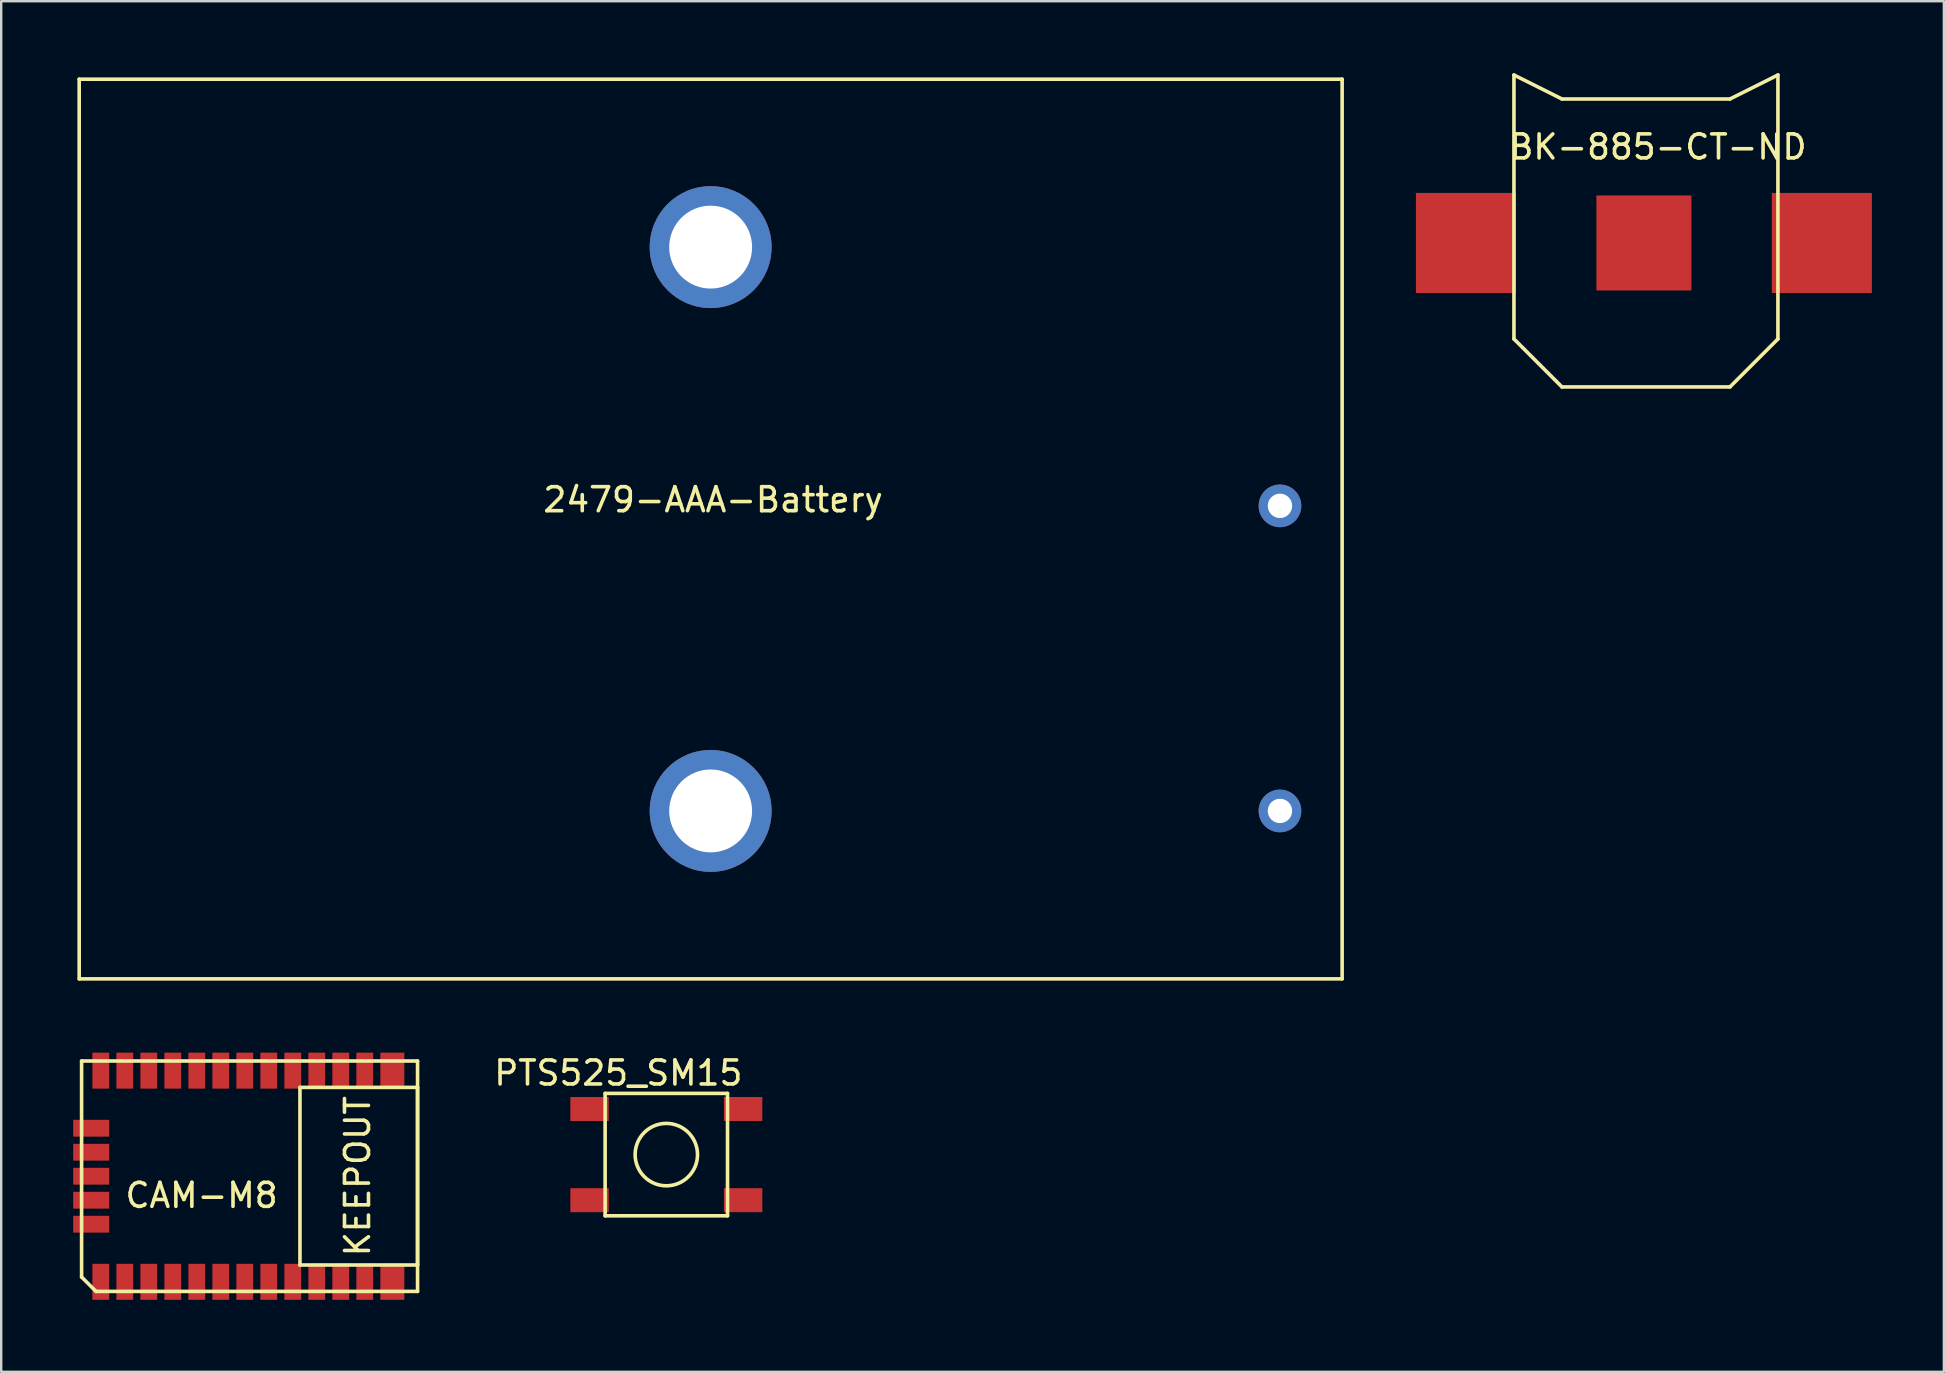
<source format=kicad_pcb>
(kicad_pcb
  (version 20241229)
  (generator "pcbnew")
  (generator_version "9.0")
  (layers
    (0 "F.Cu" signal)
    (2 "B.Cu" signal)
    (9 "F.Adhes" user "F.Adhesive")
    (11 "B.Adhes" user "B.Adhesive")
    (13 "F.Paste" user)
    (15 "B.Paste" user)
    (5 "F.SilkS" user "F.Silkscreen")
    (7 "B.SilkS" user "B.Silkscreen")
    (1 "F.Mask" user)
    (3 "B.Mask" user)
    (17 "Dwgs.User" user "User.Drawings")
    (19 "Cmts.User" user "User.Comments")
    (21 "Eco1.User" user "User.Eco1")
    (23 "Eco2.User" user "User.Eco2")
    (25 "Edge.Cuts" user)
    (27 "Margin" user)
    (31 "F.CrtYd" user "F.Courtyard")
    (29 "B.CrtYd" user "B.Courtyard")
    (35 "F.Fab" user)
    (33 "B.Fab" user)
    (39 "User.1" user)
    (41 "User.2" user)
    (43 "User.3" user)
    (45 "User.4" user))
  (footprint "BK-885-CT-ND"
    (layer "F.Cu")
    (at 58.039 7.075)
    (property "Reference" "BK-885-CT-ND" (at 8 -4 0) (layer "F.SilkS") (effects (font (size 1 1) (thickness 0.15))))
    (attr through_hole)
    (fp_line (start 2 -7) (end 4 -6) (stroke (width 0.15) (type solid)) (layer "F.SilkS"))
    (fp_line (start 2 4) (end 2 -7) (stroke (width 0.15) (type solid)) (layer "F.SilkS"))
    (fp_line (start 4 -6) (end 11 -6) (stroke (width 0.15) (type solid)) (layer "F.SilkS"))
    (fp_line (start 4 6) (end 2 4) (stroke (width 0.15) (type solid)) (layer "F.SilkS"))
    (fp_line (start 11 -6) (end 13 -7) (stroke (width 0.15) (type solid)) (layer "F.SilkS"))
    (fp_line (start 11 6) (end 4 6) (stroke (width 0.15) (type solid)) (layer "F.SilkS"))
    (fp_line (start 13 -7) (end 13 4) (stroke (width 0.15) (type solid)) (layer "F.SilkS"))
    (fp_line (start 13 4) (end 11 6) (stroke (width 0.15) (type solid)) (layer "F.SilkS"))
    (pad "1" smd rect (at 0 0) (size 4.17 4.17) (layers "F.Cu" "F.Mask" "F.Paste"))
    (pad "1" smd rect (at 14.83 0) (size 4.17 4.17) (layers "F.Cu" "F.Mask" "F.Paste"))
    (pad "2" smd rect (at 7.415 0) (size 3.96 3.96) (layers "F.Cu" "F.Mask" "F.Paste")))
  (footprint "2479-AAA-Battery"
    (layer "F.Cu")
    (at 0.25 0.25)
    (property "Reference" "2479-AAA-Battery" (at 26.416 17.526 0) (layer "F.SilkS") (effects (font (size 1 1) (thickness 0.15))))
    (attr through_hole)
    (fp_line (start 0 0) (end 52.629 0) (stroke (width 0.15) (type solid)) (layer "F.SilkS"))
    (fp_line (start 0 37.49) (end 0 0) (stroke (width 0.15) (type solid)) (layer "F.SilkS"))
    (fp_line (start 52.629 0) (end 52.629 37.49) (stroke (width 0.15) (type solid)) (layer "F.SilkS"))
    (fp_line (start 52.629 37.49) (end 0 37.49) (stroke (width 0.15) (type solid)) (layer "F.SilkS"))
    (pad "" thru_hole circle (at 26.314 6.998) (size 5.08 5.08) (drill 3.454) (layers "*.Cu" "*.Mask"))
    (pad "" thru_hole circle (at 26.314 30.493) (size 5.08 5.08) (drill 3.454) (layers "*.Cu" "*.Mask"))
    (pad "1" thru_hole circle (at 50.038 30.493) (size 1.778 1.778) (drill 1.016) (layers "*.Cu" "*.Mask"))
    (pad "2" thru_hole circle (at 50.038 17.78) (size 1.778 1.778) (drill 1.016) (layers "*.Cu" "*.Mask")))
  (footprint "PTS525_SM15"
    (layer "F.Cu")
    (at 24.717 45.064)
    (property "Reference" "PTS525_SM15" (at -2 -3.4 0) (layer "F.SilkS") (effects (font (size 1 1) (thickness 0.15))))
    (attr through_hole)
    (fp_line (start -2.55 -2.55) (end 2.55 -2.55) (stroke (width 0.15) (type solid)) (layer "F.SilkS"))
    (fp_line (start -2.55 2.55) (end -2.55 -2.55) (stroke (width 0.15) (type solid)) (layer "F.SilkS"))
    (fp_line (start 2.55 -2.55) (end 2.55 2.55) (stroke (width 0.15) (type solid)) (layer "F.SilkS"))
    (fp_line (start 2.55 2.55) (end -2.55 2.55) (stroke (width 0.15) (type solid)) (layer "F.SilkS"))
    (fp_circle (center 0 0) (end 1.3 0) (stroke (width 0.15) (type solid)) (fill no) (layer "F.SilkS"))
    (pad "1" smd rect (at -3.2 1.9) (size 1.6 1) (layers "F.Cu" "F.Mask" "F.Paste"))
    (pad "2" smd rect (at -3.2 -1.9) (size 1.6 1) (layers "F.Cu" "F.Mask" "F.Paste"))
    (pad "3" smd rect (at 3.2 1.9) (size 1.6 1) (layers "F.Cu" "F.Mask" "F.Paste"))
    (pad "4" smd rect (at 3.2 -1.9) (size 1.6 1) (layers "F.Cu" "F.Mask" "F.Paste")))
  (footprint "CAM-M8"
    (layer "F.Cu")
    (at 0.35 41.165)
    (property "Reference" "CAM-M8" (at 5 5.6 0) (layer "F.SilkS") (effects (font (size 1 1) (thickness 0.15))))
    (attr through_hole)
    (fp_line (start 0 0) (end 14 0) (stroke (width 0.15) (type solid)) (layer "F.SilkS"))
    (fp_line (start 0 9) (end 0 0) (stroke (width 0.15) (type solid)) (layer "F.SilkS"))
    (fp_line (start 0.6 9.6) (end 0 9) (stroke (width 0.15) (type solid)) (layer "F.SilkS"))
    (fp_line (start 0.6 9.6) (end 14 9.6) (stroke (width 0.15) (type solid)) (layer "F.SilkS"))
    (fp_line (start 9.1 1.1) (end 14 1.1) (stroke (width 0.15) (type solid)) (layer "F.SilkS"))
    (fp_line (start 9.1 8.5) (end 9.1 1.1) (stroke (width 0.15) (type solid)) (layer "F.SilkS"))
    (fp_line (start 14 0) (end 14 9.6) (stroke (width 0.15) (type solid)) (layer "F.SilkS"))
    (fp_line (start 14 1.1) (end 14 8.5) (stroke (width 0.15) (type solid)) (layer "F.SilkS"))
    (fp_line (start 14 8.5) (end 9.1 8.5) (stroke (width 0.15) (type solid)) (layer "F.SilkS"))
    (fp_text user "KEEPOUT" (at 11.5 4.8 90) (layer "F.SilkS") (effects (font (size 1 1) (thickness 0.15))))
    (pad "1" smd rect (at 0.8 9.2) (size 0.7 1.5) (layers "F.Cu" "F.Mask" "F.Paste"))
    (pad "2" smd rect (at 1.8 9.2) (size 0.7 1.5) (layers "F.Cu" "F.Mask" "F.Paste"))
    (pad "3" smd rect (at 2.8 9.2) (size 0.7 1.5) (layers "F.Cu" "F.Mask" "F.Paste"))
    (pad "4" smd rect (at 3.8 9.2) (size 0.7 1.5) (layers "F.Cu" "F.Mask" "F.Paste"))
    (pad "5" smd rect (at 4.8 9.2) (size 0.7 1.5) (layers "F.Cu" "F.Mask" "F.Paste"))
    (pad "6" smd rect (at 5.8 9.2) (size 0.7 1.5) (layers "F.Cu" "F.Mask" "F.Paste"))
    (pad "7" smd rect (at 6.8 9.2) (size 0.7 1.5) (layers "F.Cu" "F.Mask" "F.Paste"))
    (pad "8" smd rect (at 7.8 9.2) (size 0.7 1.5) (layers "F.Cu" "F.Mask" "F.Paste"))
    (pad "9" smd rect (at 8.8 9.2) (size 0.7 1.5) (layers "F.Cu" "F.Mask" "F.Paste"))
    (pad "10" smd rect (at 9.8 9.2) (size 0.7 1.5) (layers "F.Cu" "F.Mask" "F.Paste"))
    (pad "11" smd rect (at 10.8 9.2) (size 0.7 1.5) (layers "F.Cu" "F.Mask" "F.Paste"))
    (pad "12" smd rect (at 11.8 9.2) (size 0.7 1.5) (layers "F.Cu" "F.Mask" "F.Paste"))
    (pad "13" smd rect (at 12.95 9.2) (size 1 1.5) (layers "F.Cu" "F.Mask" "F.Paste"))
    (pad "14" smd rect (at 12.95 0.4) (size 1 1.5) (layers "F.Cu" "F.Mask" "F.Paste"))
    (pad "15" smd rect (at 11.8 0.4) (size 0.7 1.5) (layers "F.Cu" "F.Mask" "F.Paste"))
    (pad "16" smd rect (at 10.8 0.4) (size 0.7 1.5) (layers "F.Cu" "F.Mask" "F.Paste"))
    (pad "17" smd rect (at 9.8 0.4) (size 0.7 1.5) (layers "F.Cu" "F.Mask" "F.Paste"))
    (pad "18" smd rect (at 8.8 0.4) (size 0.7 1.5) (layers "F.Cu" "F.Mask" "F.Paste"))
    (pad "19" smd rect (at 7.8 0.4) (size 0.7 1.5) (layers "F.Cu" "F.Mask" "F.Paste"))
    (pad "20" smd rect (at 6.8 0.4) (size 0.7 1.5) (layers "F.Cu" "F.Mask" "F.Paste"))
    (pad "21" smd rect (at 5.8 0.4) (size 0.7 1.5) (layers "F.Cu" "F.Mask" "F.Paste"))
    (pad "22" smd rect (at 4.8 0.4) (size 0.7 1.5) (layers "F.Cu" "F.Mask" "F.Paste"))
    (pad "23" smd rect (at 3.8 0.4) (size 0.7 1.5) (layers "F.Cu" "F.Mask" "F.Paste"))
    (pad "24" smd rect (at 2.8 0.4) (size 0.7 1.5) (layers "F.Cu" "F.Mask" "F.Paste"))
    (pad "25" smd rect (at 1.8 0.4) (size 0.7 1.5) (layers "F.Cu" "F.Mask" "F.Paste"))
    (pad "26" smd rect (at 0.8 0.4) (size 0.7 1.5) (layers "F.Cu" "F.Mask" "F.Paste"))
    (pad "27" smd rect (at 0.4 2.8 90) (size 0.7 1.5) (layers "F.Cu" "F.Mask" "F.Paste"))
    (pad "28" smd rect (at 0.4 3.8 90) (size 0.7 1.5) (layers "F.Cu" "F.Mask" "F.Paste"))
    (pad "29" smd rect (at 0.4 4.8 90) (size 0.7 1.5) (layers "F.Cu" "F.Mask" "F.Paste"))
    (pad "30" smd rect (at 0.4 5.8 90) (size 0.7 1.5) (layers "F.Cu" "F.Mask" "F.Paste"))
    (pad "31" smd rect (at 0.4 6.8 90) (size 0.7 1.5) (layers "F.Cu" "F.Mask" "F.Paste")))
  (gr_rect
    (start -3 -3)
    (end 77.954 54.115)
    (stroke (width 0.1) (type default))
    (fill no)
    (layer "Edge.Cuts")))
</source>
